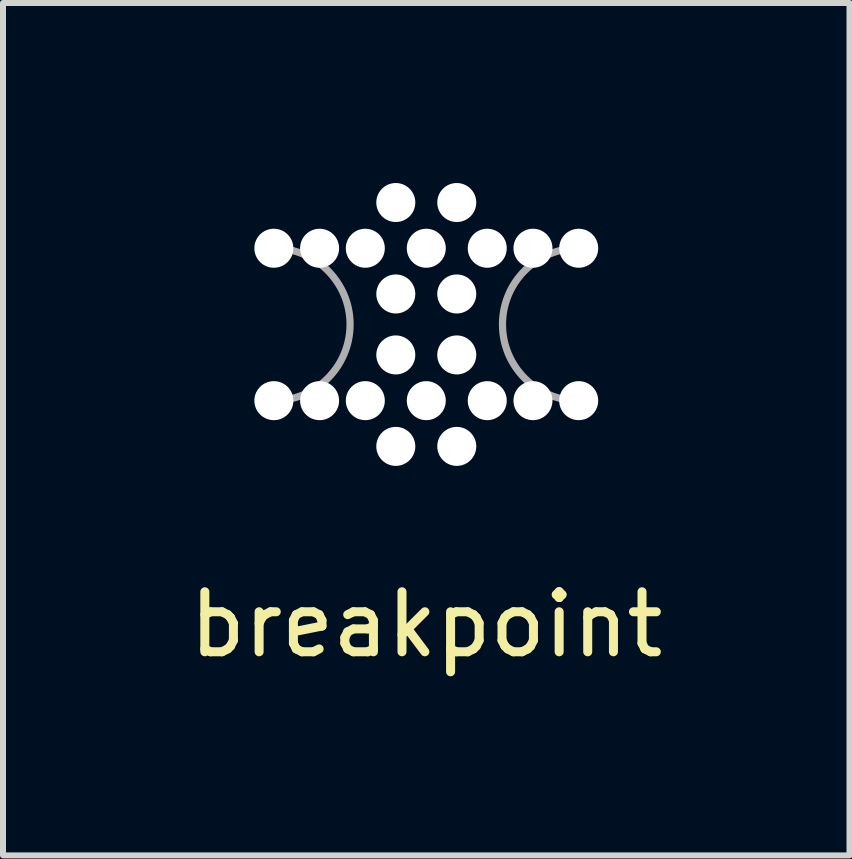
<source format=kicad_pcb>
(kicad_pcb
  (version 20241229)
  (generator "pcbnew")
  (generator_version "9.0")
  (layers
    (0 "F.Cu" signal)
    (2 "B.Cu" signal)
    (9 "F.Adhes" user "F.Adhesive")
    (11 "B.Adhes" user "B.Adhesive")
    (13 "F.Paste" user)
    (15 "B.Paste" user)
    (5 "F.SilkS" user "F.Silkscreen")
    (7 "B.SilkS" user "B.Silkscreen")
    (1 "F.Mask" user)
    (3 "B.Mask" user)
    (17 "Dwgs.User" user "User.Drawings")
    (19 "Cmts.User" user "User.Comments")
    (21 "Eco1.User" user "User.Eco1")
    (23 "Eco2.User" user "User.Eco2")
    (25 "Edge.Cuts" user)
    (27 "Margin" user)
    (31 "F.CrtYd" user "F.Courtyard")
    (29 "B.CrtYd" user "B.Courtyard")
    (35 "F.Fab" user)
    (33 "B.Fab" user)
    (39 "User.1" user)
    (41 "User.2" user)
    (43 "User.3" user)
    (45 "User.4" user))
  (footprint "breakpoint"
    (layer "F.Cu")
    (at 4.054 2.357)
    (property "Reference" "breakpoint" (at 0 5 0) (layer "F.SilkS") (effects (font (size 1 1) (thickness 0.15))))
    (attr through_hole)
    (fp_arc (start -2.54 -1.27) (mid -1.27 0) (end -2.54 1.27) (stroke (width 0.12) (type solid)) (layer "F.Fab"))
    (fp_arc (start 2.54 1.27) (mid 1.27 0) (end 2.54 -1.27) (stroke (width 0.12) (type solid)) (layer "F.Fab"))
    (pad "" np_thru_hole circle (at -2.54 -1.27) (size 0.65 0.65) (drill 0.65) (layers "*.Cu" "*.Mask"))
    (pad "" np_thru_hole circle (at -2.54 1.27) (size 0.65 0.65) (drill 0.65) (layers "*.Cu" "*.Mask"))
    (pad "" np_thru_hole circle (at -1.778 -1.27) (size 0.65 0.65) (drill 0.65) (layers "*.Cu" "*.Mask"))
    (pad "" np_thru_hole circle (at -1.778 1.27) (size 0.65 0.65) (drill 0.65) (layers "*.Cu" "*.Mask"))
    (pad "" np_thru_hole circle (at -1.016 -1.27) (size 0.65 0.65) (drill 0.65) (layers "*.Cu" "*.Mask"))
    (pad "" np_thru_hole circle (at -1.016 1.27) (size 0.65 0.65) (drill 0.65) (layers "*.Cu" "*.Mask"))
    (pad "" np_thru_hole circle (at -0.508 -2.032) (size 0.65 0.65) (drill 0.65) (layers "*.Cu" "*.Mask"))
    (pad "" np_thru_hole circle (at -0.508 -0.508) (size 0.65 0.65) (drill 0.65) (layers "*.Cu" "*.Mask"))
    (pad "" np_thru_hole circle (at -0.508 0.508) (size 0.65 0.65) (drill 0.65) (layers "*.Cu" "*.Mask"))
    (pad "" np_thru_hole circle (at -0.508 2.032) (size 0.65 0.65) (drill 0.65) (layers "*.Cu" "*.Mask"))
    (pad "" np_thru_hole circle (at 0 -1.27) (size 0.65 0.65) (drill 0.65) (layers "*.Cu" "*.Mask"))
    (pad "" np_thru_hole circle (at 0 1.27) (size 0.65 0.65) (drill 0.65) (layers "*.Cu" "*.Mask"))
    (pad "" np_thru_hole circle (at 0.508 -2.032) (size 0.65 0.65) (drill 0.65) (layers "*.Cu" "*.Mask"))
    (pad "" np_thru_hole circle (at 0.508 -0.508) (size 0.65 0.65) (drill 0.65) (layers "*.Cu" "*.Mask"))
    (pad "" np_thru_hole circle (at 0.508 0.508) (size 0.65 0.65) (drill 0.65) (layers "*.Cu" "*.Mask"))
    (pad "" np_thru_hole circle (at 0.508 2.032) (size 0.65 0.65) (drill 0.65) (layers "*.Cu" "*.Mask"))
    (pad "" np_thru_hole circle (at 1.016 -1.27) (size 0.65 0.65) (drill 0.65) (layers "*.Cu" "*.Mask"))
    (pad "" np_thru_hole circle (at 1.016 1.27) (size 0.65 0.65) (drill 0.65) (layers "*.Cu" "*.Mask"))
    (pad "" np_thru_hole circle (at 1.778 -1.27) (size 0.65 0.65) (drill 0.65) (layers "*.Cu" "*.Mask"))
    (pad "" np_thru_hole circle (at 1.778 1.27) (size 0.65 0.65) (drill 0.65) (layers "*.Cu" "*.Mask"))
    (pad "" np_thru_hole circle (at 2.54 -1.27) (size 0.65 0.65) (drill 0.65) (layers "*.Cu" "*.Mask"))
    (pad "" np_thru_hole circle (at 2.54 1.27) (size 0.65 0.65) (drill 0.65) (layers "*.Cu" "*.Mask")))
  (gr_rect
    (start -3 -3)
    (end 11.107 11.205)
    (stroke (width 0.1) (type default))
    (fill no)
    (layer "Edge.Cuts")))
</source>
